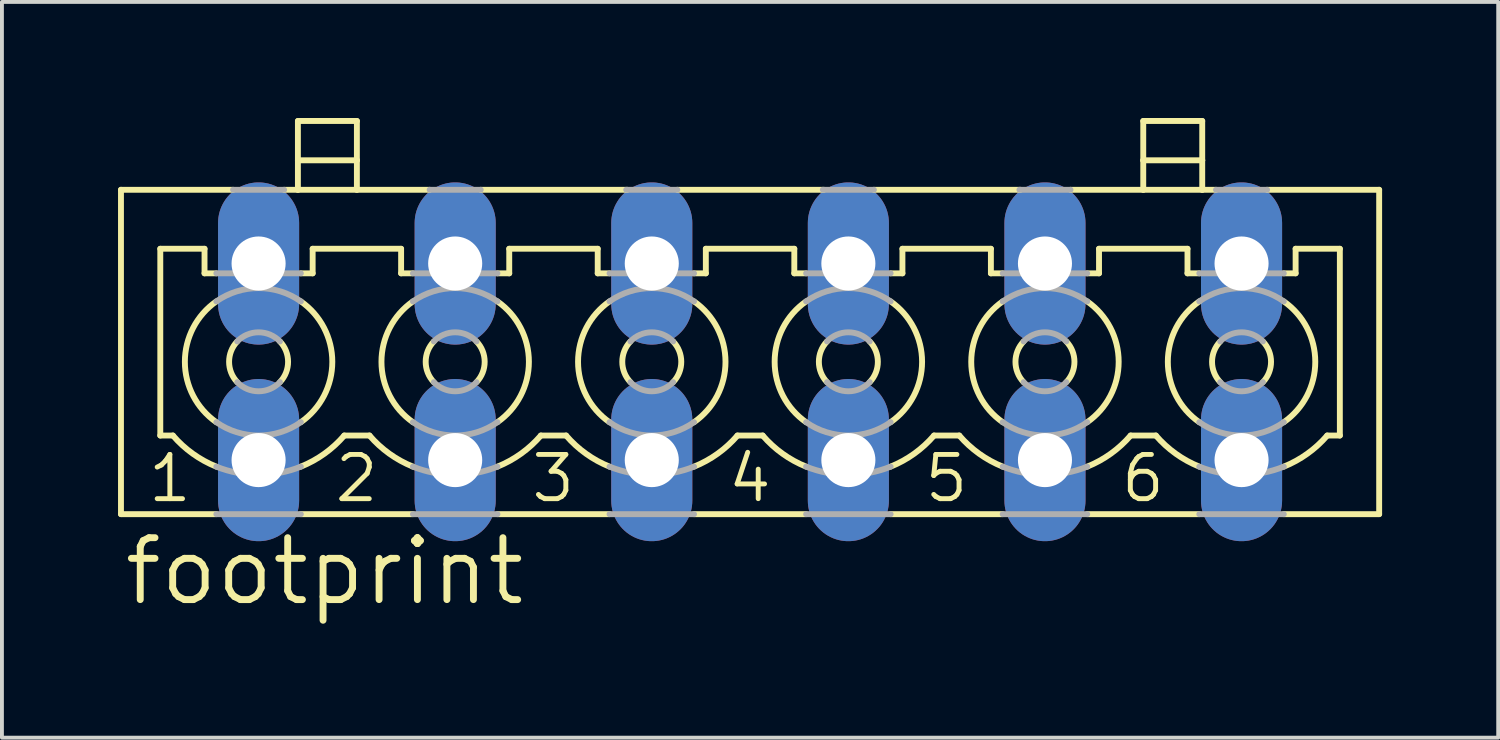
<source format=kicad_pcb>
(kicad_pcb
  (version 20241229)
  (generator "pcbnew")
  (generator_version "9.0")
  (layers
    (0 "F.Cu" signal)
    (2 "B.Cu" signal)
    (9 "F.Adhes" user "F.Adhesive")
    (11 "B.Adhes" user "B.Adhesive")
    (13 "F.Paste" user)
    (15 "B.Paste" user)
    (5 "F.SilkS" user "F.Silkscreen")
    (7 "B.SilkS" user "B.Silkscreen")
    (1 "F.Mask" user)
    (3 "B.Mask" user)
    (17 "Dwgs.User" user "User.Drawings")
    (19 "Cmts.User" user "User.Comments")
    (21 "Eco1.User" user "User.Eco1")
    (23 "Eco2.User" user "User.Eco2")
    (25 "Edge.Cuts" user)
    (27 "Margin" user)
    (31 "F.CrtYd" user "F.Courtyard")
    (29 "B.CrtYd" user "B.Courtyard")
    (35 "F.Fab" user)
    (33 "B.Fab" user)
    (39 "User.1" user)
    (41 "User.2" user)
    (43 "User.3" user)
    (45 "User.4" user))
  (footprint "footprint"
    (layer "F.Cu")
    (at 16.332 6.299)
    (property "Reference" "footprint" (at -16.256 6.35 0) (layer "F.SilkS") (effects (font (size 1.6 1.6) (thickness 0.178)) (justify left bottom)))
    (fp_line (start -16.256 -4.445) (end -16.256 3.937) (stroke (width 0.152) (type solid)) (layer "F.SilkS"))
    (fp_line (start -16.256 -4.445) (end -13.36 -4.445) (stroke (width 0.152) (type solid)) (layer "F.SilkS"))
    (fp_line (start -16.256 3.937) (end -13.792 3.937) (stroke (width 0.152) (type solid)) (layer "F.SilkS"))
    (fp_line (start -15.24 -2.921) (end -15.24 1.905) (stroke (width 0.152) (type solid)) (layer "F.SilkS"))
    (fp_line (start -15.24 -2.921) (end -14.097 -2.921) (stroke (width 0.152) (type solid)) (layer "F.SilkS"))
    (fp_line (start -15.24 1.905) (end -14.914 1.905) (stroke (width 0.152) (type solid)) (layer "F.SilkS"))
    (fp_line (start -14.097 -2.286) (end -14.097 -2.921) (stroke (width 0.152) (type solid)) (layer "F.SilkS"))
    (fp_line (start -14.097 -2.286) (end -13.792 -2.286) (stroke (width 0.152) (type solid)) (layer "F.SilkS"))
    (fp_line (start -12.04 -4.445) (end -11.684 -4.445) (stroke (width 0.152) (type solid)) (layer "F.SilkS"))
    (fp_line (start -11.684 -5.207) (end -11.684 -6.223) (stroke (width 0.152) (type solid)) (layer "F.SilkS"))
    (fp_line (start -11.684 -5.207) (end -10.16 -5.207) (stroke (width 0.152) (type solid)) (layer "F.SilkS"))
    (fp_line (start -11.684 -4.445) (end -11.684 -5.207) (stroke (width 0.152) (type solid)) (layer "F.SilkS"))
    (fp_line (start -11.684 -4.445) (end -10.16 -4.445) (stroke (width 0.152) (type solid)) (layer "F.SilkS"))
    (fp_line (start -11.608 -2.286) (end -11.303 -2.286) (stroke (width 0.152) (type solid)) (layer "F.SilkS"))
    (fp_line (start -11.608 3.937) (end -8.712 3.937) (stroke (width 0.152) (type solid)) (layer "F.SilkS"))
    (fp_line (start -11.303 -2.921) (end -9.017 -2.921) (stroke (width 0.152) (type solid)) (layer "F.SilkS"))
    (fp_line (start -11.303 -2.286) (end -11.303 -2.921) (stroke (width 0.152) (type solid)) (layer "F.SilkS"))
    (fp_line (start -10.486 1.905) (end -9.834 1.905) (stroke (width 0.152) (type solid)) (layer "F.SilkS"))
    (fp_line (start -10.16 -6.223) (end -11.684 -6.223) (stroke (width 0.152) (type solid)) (layer "F.SilkS"))
    (fp_line (start -10.16 -5.207) (end -10.16 -6.223) (stroke (width 0.152) (type solid)) (layer "F.SilkS"))
    (fp_line (start -10.16 -4.445) (end -10.16 -5.207) (stroke (width 0.152) (type solid)) (layer "F.SilkS"))
    (fp_line (start -10.16 -4.445) (end -8.28 -4.445) (stroke (width 0.152) (type solid)) (layer "F.SilkS"))
    (fp_line (start -9.017 -2.286) (end -9.017 -2.921) (stroke (width 0.152) (type solid)) (layer "F.SilkS"))
    (fp_line (start -9.017 -2.286) (end -8.712 -2.286) (stroke (width 0.152) (type solid)) (layer "F.SilkS"))
    (fp_line (start -6.96 -4.445) (end -3.175 -4.445) (stroke (width 0.152) (type solid)) (layer "F.SilkS"))
    (fp_line (start -6.528 -2.286) (end -6.223 -2.286) (stroke (width 0.152) (type solid)) (layer "F.SilkS"))
    (fp_line (start -6.528 3.937) (end -3.632 3.937) (stroke (width 0.152) (type solid)) (layer "F.SilkS"))
    (fp_line (start -6.223 -2.921) (end -3.937 -2.921) (stroke (width 0.152) (type solid)) (layer "F.SilkS"))
    (fp_line (start -6.223 -2.286) (end -6.223 -2.921) (stroke (width 0.152) (type solid)) (layer "F.SilkS"))
    (fp_line (start -5.406 1.905) (end -4.754 1.905) (stroke (width 0.152) (type solid)) (layer "F.SilkS"))
    (fp_line (start -3.937 -2.286) (end -3.937 -2.921) (stroke (width 0.152) (type solid)) (layer "F.SilkS"))
    (fp_line (start -3.937 -2.286) (end -3.632 -2.286) (stroke (width 0.152) (type solid)) (layer "F.SilkS"))
    (fp_line (start -1.88 -4.445) (end 1.905 -4.445) (stroke (width 0.152) (type solid)) (layer "F.SilkS"))
    (fp_line (start -1.448 -2.286) (end -1.143 -2.286) (stroke (width 0.152) (type solid)) (layer "F.SilkS"))
    (fp_line (start -1.448 3.937) (end 1.448 3.937) (stroke (width 0.152) (type solid)) (layer "F.SilkS"))
    (fp_line (start -1.143 -2.921) (end 1.143 -2.921) (stroke (width 0.152) (type solid)) (layer "F.SilkS"))
    (fp_line (start -1.143 -2.286) (end -1.143 -2.921) (stroke (width 0.152) (type solid)) (layer "F.SilkS"))
    (fp_line (start -0.326 1.905) (end 0.326 1.905) (stroke (width 0.152) (type solid)) (layer "F.SilkS"))
    (fp_line (start 1.143 -2.286) (end 1.143 -2.921) (stroke (width 0.152) (type solid)) (layer "F.SilkS"))
    (fp_line (start 1.143 -2.286) (end 1.448 -2.286) (stroke (width 0.152) (type solid)) (layer "F.SilkS"))
    (fp_line (start 3.2 -4.445) (end 6.985 -4.445) (stroke (width 0.152) (type solid)) (layer "F.SilkS"))
    (fp_line (start 3.632 -2.286) (end 3.937 -2.286) (stroke (width 0.152) (type solid)) (layer "F.SilkS"))
    (fp_line (start 3.632 3.937) (end 6.528 3.937) (stroke (width 0.152) (type solid)) (layer "F.SilkS"))
    (fp_line (start 3.937 -2.921) (end 6.223 -2.921) (stroke (width 0.152) (type solid)) (layer "F.SilkS"))
    (fp_line (start 3.937 -2.286) (end 3.937 -2.921) (stroke (width 0.152) (type solid)) (layer "F.SilkS"))
    (fp_line (start 4.754 1.905) (end 5.406 1.905) (stroke (width 0.152) (type solid)) (layer "F.SilkS"))
    (fp_line (start 6.223 -2.286) (end 6.223 -2.921) (stroke (width 0.152) (type solid)) (layer "F.SilkS"))
    (fp_line (start 6.223 -2.286) (end 6.528 -2.286) (stroke (width 0.152) (type solid)) (layer "F.SilkS"))
    (fp_line (start 8.28 -4.445) (end 10.16 -4.445) (stroke (width 0.152) (type solid)) (layer "F.SilkS"))
    (fp_line (start 8.712 -2.286) (end 9.017 -2.286) (stroke (width 0.152) (type solid)) (layer "F.SilkS"))
    (fp_line (start 8.712 3.937) (end 11.608 3.937) (stroke (width 0.152) (type solid)) (layer "F.SilkS"))
    (fp_line (start 9.017 -2.921) (end 11.303 -2.921) (stroke (width 0.152) (type solid)) (layer "F.SilkS"))
    (fp_line (start 9.017 -2.286) (end 9.017 -2.921) (stroke (width 0.152) (type solid)) (layer "F.SilkS"))
    (fp_line (start 9.834 1.905) (end 10.486 1.905) (stroke (width 0.152) (type solid)) (layer "F.SilkS"))
    (fp_line (start 10.16 -5.207) (end 10.16 -6.223) (stroke (width 0.152) (type solid)) (layer "F.SilkS"))
    (fp_line (start 10.16 -5.207) (end 11.684 -5.207) (stroke (width 0.152) (type solid)) (layer "F.SilkS"))
    (fp_line (start 10.16 -4.445) (end 10.16 -5.207) (stroke (width 0.152) (type solid)) (layer "F.SilkS"))
    (fp_line (start 10.16 -4.445) (end 11.684 -4.445) (stroke (width 0.152) (type solid)) (layer "F.SilkS"))
    (fp_line (start 11.303 -2.286) (end 11.303 -2.921) (stroke (width 0.152) (type solid)) (layer "F.SilkS"))
    (fp_line (start 11.303 -2.286) (end 11.608 -2.286) (stroke (width 0.152) (type solid)) (layer "F.SilkS"))
    (fp_line (start 11.684 -6.223) (end 10.16 -6.223) (stroke (width 0.152) (type solid)) (layer "F.SilkS"))
    (fp_line (start 11.684 -5.207) (end 11.684 -6.223) (stroke (width 0.152) (type solid)) (layer "F.SilkS"))
    (fp_line (start 11.684 -4.445) (end 11.684 -5.207) (stroke (width 0.152) (type solid)) (layer "F.SilkS"))
    (fp_line (start 11.684 -4.445) (end 12.04 -4.445) (stroke (width 0.152) (type solid)) (layer "F.SilkS"))
    (fp_line (start 13.36 -4.445) (end 16.256 -4.445) (stroke (width 0.152) (type solid)) (layer "F.SilkS"))
    (fp_line (start 13.792 -2.286) (end 14.097 -2.286) (stroke (width 0.152) (type solid)) (layer "F.SilkS"))
    (fp_line (start 13.792 3.937) (end 16.256 3.937) (stroke (width 0.152) (type solid)) (layer "F.SilkS"))
    (fp_line (start 14.097 -2.921) (end 15.24 -2.921) (stroke (width 0.152) (type solid)) (layer "F.SilkS"))
    (fp_line (start 14.097 -2.286) (end 14.097 -2.921) (stroke (width 0.152) (type solid)) (layer "F.SilkS"))
    (fp_line (start 14.914 1.905) (end 15.24 1.905) (stroke (width 0.152) (type solid)) (layer "F.SilkS"))
    (fp_line (start 15.24 1.905) (end 15.24 -2.921) (stroke (width 0.152) (type solid)) (layer "F.SilkS"))
    (fp_line (start 16.256 -4.445) (end 16.256 3.937) (stroke (width 0.152) (type solid)) (layer "F.SilkS"))
    (fp_arc (start -13.792199 1.560801) (mid -14.604993 0.000001) (end -13.7922 -1.5608) (stroke (width 0.1524) (type solid)) (layer "F.SilkS"))
    (fp_arc (start -13.7918 2.7092) (mid -14.401094 2.374351) (end -14.914 1.905) (stroke (width 0.1524) (type solid)) (layer "F.SilkS"))
    (fp_arc (start -13.2514 0.526) (mid -13.462049 0) (end -13.2514 -0.526) (stroke (width 0.1524) (type solid)) (layer "F.SilkS"))
    (fp_arc (start -12.148599 -0.525999) (mid -11.937951 0.000001) (end -12.1486 0.526) (stroke (width 0.1524) (type solid)) (layer "F.SilkS"))
    (fp_arc (start -11.6078 -1.5608) (mid -10.795007 0) (end -11.6078 1.5608) (stroke (width 0.1524) (type solid)) (layer "F.SilkS"))
    (fp_arc (start -10.4855 1.9051) (mid -10.998459 2.374412) (end -11.6078 2.7092) (stroke (width 0.1524) (type solid)) (layer "F.SilkS"))
    (fp_arc (start -8.712199 1.560801) (mid -9.524993 0.000001) (end -8.7122 -1.5608) (stroke (width 0.1524) (type solid)) (layer "F.SilkS"))
    (fp_arc (start -8.7118 2.7092) (mid -9.321094 2.374351) (end -9.834 1.905) (stroke (width 0.1524) (type solid)) (layer "F.SilkS"))
    (fp_arc (start -8.1714 0.526) (mid -8.382049 0) (end -8.1714 -0.526) (stroke (width 0.1524) (type solid)) (layer "F.SilkS"))
    (fp_arc (start -7.068599 -0.525999) (mid -6.857951 0.000001) (end -7.0686 0.526) (stroke (width 0.1524) (type solid)) (layer "F.SilkS"))
    (fp_arc (start -6.5278 -1.5608) (mid -5.715007 0) (end -6.5278 1.5608) (stroke (width 0.1524) (type solid)) (layer "F.SilkS"))
    (fp_arc (start -5.4055 1.9051) (mid -5.918459 2.374412) (end -6.5278 2.7092) (stroke (width 0.1524) (type solid)) (layer "F.SilkS"))
    (fp_arc (start -3.632199 1.560801) (mid -4.444993 0.000001) (end -3.6322 -1.5608) (stroke (width 0.1524) (type solid)) (layer "F.SilkS"))
    (fp_arc (start -3.6318 2.7092) (mid -4.241094 2.374351) (end -4.754 1.905) (stroke (width 0.1524) (type solid)) (layer "F.SilkS"))
    (fp_arc (start -3.0914 0.526) (mid -3.302049 0) (end -3.0914 -0.526) (stroke (width 0.1524) (type solid)) (layer "F.SilkS"))
    (fp_arc (start -1.988599 -0.525999) (mid -1.777951 0.000001) (end -1.9886 0.526) (stroke (width 0.1524) (type solid)) (layer "F.SilkS"))
    (fp_arc (start -1.4478 -1.5608) (mid -0.635007 0) (end -1.4478 1.5608) (stroke (width 0.1524) (type solid)) (layer "F.SilkS"))
    (fp_arc (start -0.3255 1.9051) (mid -0.838459 2.374412) (end -1.4478 2.7092) (stroke (width 0.1524) (type solid)) (layer "F.SilkS"))
    (fp_arc (start 1.4478 1.5608) (mid 0.635007 0) (end 1.4478 -1.5608) (stroke (width 0.1524) (type solid)) (layer "F.SilkS"))
    (fp_arc (start 1.4482 2.709) (mid 0.838916 2.374254) (end 0.326 1.905) (stroke (width 0.1524) (type solid)) (layer "F.SilkS"))
    (fp_arc (start 1.988599 0.525999) (mid 1.777951 -0.000001) (end 1.9886 -0.526) (stroke (width 0.1524) (type solid)) (layer "F.SilkS"))
    (fp_arc (start 3.0914 -0.526) (mid 3.302049 0) (end 3.0914 0.526) (stroke (width 0.1524) (type solid)) (layer "F.SilkS"))
    (fp_arc (start 3.632199 -1.560801) (mid 4.444993 -0.000001) (end 3.6322 1.5608) (stroke (width 0.1524) (type solid)) (layer "F.SilkS"))
    (fp_arc (start 4.754 1.905) (mid 4.241094 2.374351) (end 3.6318 2.7092) (stroke (width 0.1524) (type solid)) (layer "F.SilkS"))
    (fp_arc (start 6.5278 1.5608) (mid 5.715007 0) (end 6.5278 -1.5608) (stroke (width 0.1524) (type solid)) (layer "F.SilkS"))
    (fp_arc (start 6.5282 2.709) (mid 5.918916 2.374254) (end 5.406 1.905) (stroke (width 0.1524) (type solid)) (layer "F.SilkS"))
    (fp_arc (start 7.068599 0.525999) (mid 6.857951 -0.000001) (end 7.0686 -0.526) (stroke (width 0.1524) (type solid)) (layer "F.SilkS"))
    (fp_arc (start 8.1714 -0.526) (mid 8.382049 0) (end 8.1714 0.526) (stroke (width 0.1524) (type solid)) (layer "F.SilkS"))
    (fp_arc (start 8.712199 -1.560801) (mid 9.524993 -0.000001) (end 8.7122 1.5608) (stroke (width 0.1524) (type solid)) (layer "F.SilkS"))
    (fp_arc (start 9.834 1.905) (mid 9.321094 2.374351) (end 8.7118 2.7092) (stroke (width 0.1524) (type solid)) (layer "F.SilkS"))
    (fp_arc (start 11.6078 1.5608) (mid 10.795007 0) (end 11.6078 -1.5608) (stroke (width 0.1524) (type solid)) (layer "F.SilkS"))
    (fp_arc (start 11.6082 2.709) (mid 10.998916 2.374254) (end 10.486 1.905) (stroke (width 0.1524) (type solid)) (layer "F.SilkS"))
    (fp_arc (start 12.148599 0.525999) (mid 11.937951 -0.000001) (end 12.1486 -0.526) (stroke (width 0.1524) (type solid)) (layer "F.SilkS"))
    (fp_arc (start 13.2514 -0.526) (mid 13.462049 0) (end 13.2514 0.526) (stroke (width 0.1524) (type solid)) (layer "F.SilkS"))
    (fp_arc (start 13.792199 -1.560801) (mid 14.604993 -0.000001) (end 13.7922 1.5608) (stroke (width 0.1524) (type solid)) (layer "F.SilkS"))
    (fp_arc (start 14.914 1.905) (mid 14.401094 2.374351) (end 13.7918 2.7092) (stroke (width 0.1524) (type solid)) (layer "F.SilkS"))
    (fp_line (start -13.792 -2.286) (end -11.608 -2.286) (stroke (width 0.152) (type solid)) (layer "F.Fab"))
    (fp_line (start -13.792 3.937) (end -11.608 3.937) (stroke (width 0.152) (type solid)) (layer "F.Fab"))
    (fp_line (start -13.36 -4.445) (end -12.04 -4.445) (stroke (width 0.152) (type solid)) (layer "F.Fab"))
    (fp_line (start -8.712 -2.286) (end -6.528 -2.286) (stroke (width 0.152) (type solid)) (layer "F.Fab"))
    (fp_line (start -8.712 3.937) (end -6.528 3.937) (stroke (width 0.152) (type solid)) (layer "F.Fab"))
    (fp_line (start -8.28 -4.445) (end -6.96 -4.445) (stroke (width 0.152) (type solid)) (layer "F.Fab"))
    (fp_line (start -3.632 -2.286) (end -1.448 -2.286) (stroke (width 0.152) (type solid)) (layer "F.Fab"))
    (fp_line (start -3.632 3.937) (end -1.448 3.937) (stroke (width 0.152) (type solid)) (layer "F.Fab"))
    (fp_line (start -3.2 -4.445) (end -1.88 -4.445) (stroke (width 0.152) (type solid)) (layer "F.Fab"))
    (fp_line (start 1.448 -2.286) (end 3.632 -2.286) (stroke (width 0.152) (type solid)) (layer "F.Fab"))
    (fp_line (start 1.448 3.937) (end 3.632 3.937) (stroke (width 0.152) (type solid)) (layer "F.Fab"))
    (fp_line (start 1.88 -4.445) (end 3.2 -4.445) (stroke (width 0.152) (type solid)) (layer "F.Fab"))
    (fp_line (start 6.528 -2.286) (end 8.712 -2.286) (stroke (width 0.152) (type solid)) (layer "F.Fab"))
    (fp_line (start 6.528 3.937) (end 8.712 3.937) (stroke (width 0.152) (type solid)) (layer "F.Fab"))
    (fp_line (start 6.96 -4.445) (end 8.28 -4.445) (stroke (width 0.152) (type solid)) (layer "F.Fab"))
    (fp_line (start 11.608 -2.286) (end 13.792 -2.286) (stroke (width 0.152) (type solid)) (layer "F.Fab"))
    (fp_line (start 11.608 3.937) (end 13.792 3.937) (stroke (width 0.152) (type solid)) (layer "F.Fab"))
    (fp_line (start 12.04 -4.445) (end 13.36 -4.445) (stroke (width 0.152) (type solid)) (layer "F.Fab"))
    (fp_arc (start -13.7922 -1.5608) (mid -12.7 -1.904993) (end -11.6078 -1.5608) (stroke (width 0.1524) (type solid)) (layer "F.Fab"))
    (fp_arc (start -13.2514 -0.526) (mid -12.7 -0.762049) (end -12.1486 -0.526) (stroke (width 0.1524) (type solid)) (layer "F.Fab"))
    (fp_arc (start -12.1486 0.526) (mid -12.7 0.762049) (end -13.2514 0.526) (stroke (width 0.1524) (type solid)) (layer "F.Fab"))
    (fp_arc (start -11.6078 1.5608) (mid -12.7 1.904993) (end -13.7922 1.5608) (stroke (width 0.1524) (type solid)) (layer "F.Fab"))
    (fp_arc (start -11.6078 2.7092) (mid -12.7 2.921073) (end -13.7922 2.7092) (stroke (width 0.1524) (type solid)) (layer "F.Fab"))
    (fp_arc (start -8.7122 -1.5608) (mid -7.62 -1.904993) (end -6.5278 -1.5608) (stroke (width 0.1524) (type solid)) (layer "F.Fab"))
    (fp_arc (start -8.1714 -0.526) (mid -7.62 -0.762049) (end -7.0686 -0.526) (stroke (width 0.1524) (type solid)) (layer "F.Fab"))
    (fp_arc (start -7.0686 0.526) (mid -7.62 0.762049) (end -8.1714 0.526) (stroke (width 0.1524) (type solid)) (layer "F.Fab"))
    (fp_arc (start -6.5278 1.5608) (mid -7.62 1.904993) (end -8.7122 1.5608) (stroke (width 0.1524) (type solid)) (layer "F.Fab"))
    (fp_arc (start -6.5278 2.7092) (mid -7.62 2.921073) (end -8.7122 2.7092) (stroke (width 0.1524) (type solid)) (layer "F.Fab"))
    (fp_arc (start -3.6322 -1.5608) (mid -2.54 -1.904993) (end -1.4478 -1.5608) (stroke (width 0.1524) (type solid)) (layer "F.Fab"))
    (fp_arc (start -3.0914 -0.526) (mid -2.54 -0.762049) (end -1.9886 -0.526) (stroke (width 0.1524) (type solid)) (layer "F.Fab"))
    (fp_arc (start -1.9886 0.526) (mid -2.54 0.762049) (end -3.0914 0.526) (stroke (width 0.1524) (type solid)) (layer "F.Fab"))
    (fp_arc (start -1.4478 1.5608) (mid -2.54 1.904993) (end -3.6322 1.5608) (stroke (width 0.1524) (type solid)) (layer "F.Fab"))
    (fp_arc (start -1.4478 2.7092) (mid -2.54 2.921073) (end -3.6322 2.7092) (stroke (width 0.1524) (type solid)) (layer "F.Fab"))
    (fp_arc (start 1.4478 -1.5608) (mid 2.54 -1.904993) (end 3.6322 -1.5608) (stroke (width 0.1524) (type solid)) (layer "F.Fab"))
    (fp_arc (start 1.9886 -0.526) (mid 2.54 -0.762049) (end 3.0914 -0.526) (stroke (width 0.1524) (type solid)) (layer "F.Fab"))
    (fp_arc (start 3.0914 0.526) (mid 2.54 0.762049) (end 1.9886 0.526) (stroke (width 0.1524) (type solid)) (layer "F.Fab"))
    (fp_arc (start 3.6322 1.5608) (mid 2.54 1.904993) (end 1.4478 1.5608) (stroke (width 0.1524) (type solid)) (layer "F.Fab"))
    (fp_arc (start 3.6322 2.7092) (mid 2.54 2.921073) (end 1.4478 2.7092) (stroke (width 0.1524) (type solid)) (layer "F.Fab"))
    (fp_arc (start 6.5278 -1.5608) (mid 7.62 -1.904993) (end 8.7122 -1.5608) (stroke (width 0.1524) (type solid)) (layer "F.Fab"))
    (fp_arc (start 7.0686 -0.526) (mid 7.62 -0.762049) (end 8.1714 -0.526) (stroke (width 0.1524) (type solid)) (layer "F.Fab"))
    (fp_arc (start 8.1714 0.526) (mid 7.62 0.762049) (end 7.0686 0.526) (stroke (width 0.1524) (type solid)) (layer "F.Fab"))
    (fp_arc (start 8.7122 1.5608) (mid 7.62 1.904993) (end 6.5278 1.5608) (stroke (width 0.1524) (type solid)) (layer "F.Fab"))
    (fp_arc (start 8.7122 2.7092) (mid 7.62 2.921073) (end 6.5278 2.7092) (stroke (width 0.1524) (type solid)) (layer "F.Fab"))
    (fp_arc (start 11.6078 -1.5608) (mid 12.7 -1.904993) (end 13.7922 -1.5608) (stroke (width 0.1524) (type solid)) (layer "F.Fab"))
    (fp_arc (start 12.1486 -0.526) (mid 12.7 -0.762049) (end 13.2514 -0.526) (stroke (width 0.1524) (type solid)) (layer "F.Fab"))
    (fp_arc (start 13.2514 0.526) (mid 12.7 0.762049) (end 12.1486 0.526) (stroke (width 0.1524) (type solid)) (layer "F.Fab"))
    (fp_arc (start 13.7922 1.5608) (mid 12.7 1.904993) (end 11.6078 1.5608) (stroke (width 0.1524) (type solid)) (layer "F.Fab"))
    (fp_arc (start 13.7922 2.7092) (mid 12.7 2.921073) (end 11.6078 2.7092) (stroke (width 0.1524) (type solid)) (layer "F.Fab"))
    (fp_text user "5" (at 4.445 3.683 0) (layer "F.SilkS") (effects (font (size 1.143 1.143) (thickness 0.127)) (justify left bottom)))
    (fp_text user "3" (at -5.715 3.683 0) (layer "F.SilkS") (effects (font (size 1.143 1.143) (thickness 0.127)) (justify left bottom)))
    (fp_text user "2" (at -10.795 3.683 0) (layer "F.SilkS") (effects (font (size 1.143 1.143) (thickness 0.127)) (justify left bottom)))
    (fp_text user "1" (at -15.621 3.683 0) (layer "F.SilkS") (effects (font (size 1.143 1.143) (thickness 0.127)) (justify left bottom)))
    (fp_text user "6" (at 9.525 3.683 0) (layer "F.SilkS") (effects (font (size 1.143 1.143) (thickness 0.127)) (justify left bottom)))
    (fp_text user "4" (at -0.635 3.683 0) (layer "F.SilkS") (effects (font (size 1.143 1.143) (thickness 0.127)) (justify left bottom)))
    (pad "1" thru_hole oval (at -12.7 -2.54 90) (size 4.191 2.095) (drill 1.397) (layers "*.Cu" "*.Mask"))
    (pad "1A" thru_hole oval (at -12.7 2.54 90) (size 4.191 2.095) (drill 1.397) (layers "*.Cu" "*.Mask"))
    (pad "2" thru_hole oval (at -7.62 -2.54 90) (size 4.191 2.095) (drill 1.397) (layers "*.Cu" "*.Mask"))
    (pad "2A" thru_hole oval (at -7.62 2.54 90) (size 4.191 2.095) (drill 1.397) (layers "*.Cu" "*.Mask"))
    (pad "3" thru_hole oval (at -2.54 -2.54 90) (size 4.191 2.095) (drill 1.397) (layers "*.Cu" "*.Mask"))
    (pad "3A" thru_hole oval (at -2.54 2.54 90) (size 4.191 2.095) (drill 1.397) (layers "*.Cu" "*.Mask"))
    (pad "4" thru_hole oval (at 2.54 -2.54 90) (size 4.191 2.095) (drill 1.397) (layers "*.Cu" "*.Mask"))
    (pad "4A" thru_hole oval (at 2.54 2.54 90) (size 4.191 2.095) (drill 1.397) (layers "*.Cu" "*.Mask"))
    (pad "5" thru_hole oval (at 7.62 -2.54 90) (size 4.191 2.095) (drill 1.397) (layers "*.Cu" "*.Mask"))
    (pad "5A" thru_hole oval (at 7.62 2.54 90) (size 4.191 2.095) (drill 1.397) (layers "*.Cu" "*.Mask"))
    (pad "6" thru_hole oval (at 12.7 -2.54 90) (size 4.191 2.095) (drill 1.397) (layers "*.Cu" "*.Mask"))
    (pad "6A" thru_hole oval (at 12.7 2.54 90) (size 4.191 2.095) (drill 1.397) (layers "*.Cu" "*.Mask")))
  (gr_rect
    (start -3 -3)
    (end 35.664 16.012)
    (stroke (width 0.1) (type default))
    (fill no)
    (layer "Edge.Cuts")))
</source>
